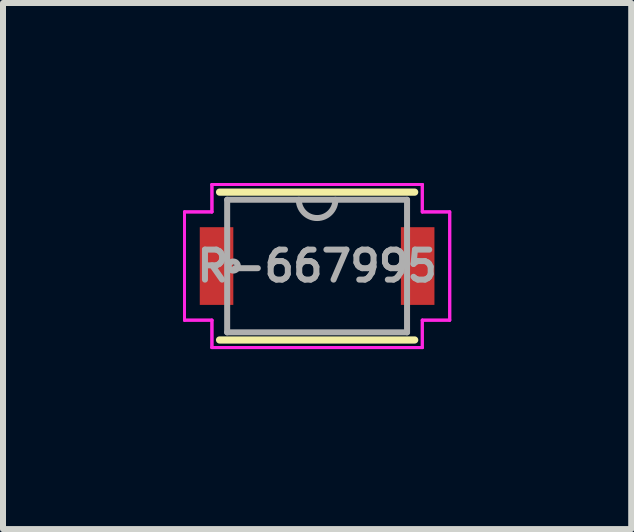
<source format=kicad_pcb>
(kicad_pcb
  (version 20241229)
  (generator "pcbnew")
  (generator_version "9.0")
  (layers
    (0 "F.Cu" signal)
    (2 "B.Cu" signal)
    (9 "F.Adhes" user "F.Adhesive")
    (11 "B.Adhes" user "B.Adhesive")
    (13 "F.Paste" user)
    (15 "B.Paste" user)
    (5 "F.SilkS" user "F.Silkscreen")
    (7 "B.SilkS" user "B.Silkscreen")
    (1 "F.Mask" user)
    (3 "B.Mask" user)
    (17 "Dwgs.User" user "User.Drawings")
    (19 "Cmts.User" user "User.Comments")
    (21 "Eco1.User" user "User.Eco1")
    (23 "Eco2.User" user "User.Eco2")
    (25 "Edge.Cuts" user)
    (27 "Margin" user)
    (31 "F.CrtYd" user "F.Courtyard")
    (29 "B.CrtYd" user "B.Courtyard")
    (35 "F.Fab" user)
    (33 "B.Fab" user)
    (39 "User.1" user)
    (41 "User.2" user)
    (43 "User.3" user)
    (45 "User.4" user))
  (footprint "R-667995"
    (layer "F.Cu")
    (at 2.235 1.384)
    (property "Reference" "R-667995" (at 0 0 0) (layer "F.Fab") (effects (font (size 0.5 0.5) (thickness 0.1))))
    (attr through_hole)
    (fp_line (start -1.626 1.232) (end 1.626 1.232) (stroke (width 0.12) (type solid)) (layer "F.SilkS"))
    (fp_line (start 1.626 -1.232) (end -1.626 -1.232) (stroke (width 0.12) (type solid)) (layer "F.SilkS"))
    (fp_line (start -2.21 -0.902) (end -1.753 -0.902) (stroke (width 0.05) (type solid)) (layer "F.CrtYd"))
    (fp_line (start -2.21 -0.902) (end -1.753 -0.902) (stroke (width 0.05) (type solid)) (layer "F.CrtYd"))
    (fp_line (start -2.21 0.902) (end -2.21 -0.902) (stroke (width 0.05) (type solid)) (layer "F.CrtYd"))
    (fp_line (start -2.21 0.902) (end -2.21 -0.902) (stroke (width 0.05) (type solid)) (layer "F.CrtYd"))
    (fp_line (start -1.753 -1.359) (end 1.753 -1.359) (stroke (width 0.05) (type solid)) (layer "F.CrtYd"))
    (fp_line (start -1.753 -1.359) (end 1.753 -1.359) (stroke (width 0.05) (type solid)) (layer "F.CrtYd"))
    (fp_line (start -1.753 -0.902) (end -1.753 -1.359) (stroke (width 0.05) (type solid)) (layer "F.CrtYd"))
    (fp_line (start -1.753 -0.902) (end -1.753 -1.359) (stroke (width 0.05) (type solid)) (layer "F.CrtYd"))
    (fp_line (start -1.753 0.902) (end -2.21 0.902) (stroke (width 0.05) (type solid)) (layer "F.CrtYd"))
    (fp_line (start -1.753 0.902) (end -2.21 0.902) (stroke (width 0.05) (type solid)) (layer "F.CrtYd"))
    (fp_line (start -1.753 1.359) (end -1.753 0.902) (stroke (width 0.05) (type solid)) (layer "F.CrtYd"))
    (fp_line (start -1.753 1.359) (end -1.753 0.902) (stroke (width 0.05) (type solid)) (layer "F.CrtYd"))
    (fp_line (start 1.753 -1.359) (end 1.753 -0.902) (stroke (width 0.05) (type solid)) (layer "F.CrtYd"))
    (fp_line (start 1.753 -1.359) (end 1.753 -0.902) (stroke (width 0.05) (type solid)) (layer "F.CrtYd"))
    (fp_line (start 1.753 -0.902) (end 2.21 -0.902) (stroke (width 0.05) (type solid)) (layer "F.CrtYd"))
    (fp_line (start 1.753 -0.902) (end 2.21 -0.902) (stroke (width 0.05) (type solid)) (layer "F.CrtYd"))
    (fp_line (start 1.753 0.902) (end 1.753 1.359) (stroke (width 0.05) (type solid)) (layer "F.CrtYd"))
    (fp_line (start 1.753 0.902) (end 1.753 1.359) (stroke (width 0.05) (type solid)) (layer "F.CrtYd"))
    (fp_line (start 1.753 1.359) (end -1.753 1.359) (stroke (width 0.05) (type solid)) (layer "F.CrtYd"))
    (fp_line (start 1.753 1.359) (end -1.753 1.359) (stroke (width 0.05) (type solid)) (layer "F.CrtYd"))
    (fp_line (start 2.21 -0.902) (end 2.21 0.902) (stroke (width 0.05) (type solid)) (layer "F.CrtYd"))
    (fp_line (start 2.21 -0.902) (end 2.21 0.902) (stroke (width 0.05) (type solid)) (layer "F.CrtYd"))
    (fp_line (start 2.21 0.902) (end 1.753 0.902) (stroke (width 0.05) (type solid)) (layer "F.CrtYd"))
    (fp_line (start 2.21 0.902) (end 1.753 0.902) (stroke (width 0.05) (type solid)) (layer "F.CrtYd"))
    (fp_line (start -1.499 -1.105) (end -1.499 1.105) (stroke (width 0.1) (type solid)) (layer "F.Fab"))
    (fp_line (start -1.499 1.105) (end 1.499 1.105) (stroke (width 0.1) (type solid)) (layer "F.Fab"))
    (fp_line (start 1.499 -1.105) (end -1.499 -1.105) (stroke (width 0.1) (type solid)) (layer "F.Fab"))
    (fp_line (start 1.499 1.105) (end 1.499 -1.105) (stroke (width 0.1) (type solid)) (layer "F.Fab"))
    (fp_arc (start 0.3048 -1.1049) (mid 0 -0.8001) (end -0.3048 -1.1049) (stroke (width 0.1) (type solid)) (layer "F.Fab"))
    (fp_circle (center -1.397 0) (end -1.321 0) (stroke (width 0.1) (type solid)) (fill no) (layer "F.Fab"))
    (pad "1" smd rect (at -1.676 0) (size 0.559 1.295) (layers "F.Cu" "F.Mask" "F.Paste"))
    (pad "2" smd rect (at 1.676 0) (size 0.559 1.295) (layers "F.Cu" "F.Mask" "F.Paste")))
  (gr_rect
    (start -3 -3)
    (end 7.47 5.768)
    (stroke (width 0.1) (type default))
    (fill no)
    (layer "Edge.Cuts")))
</source>
